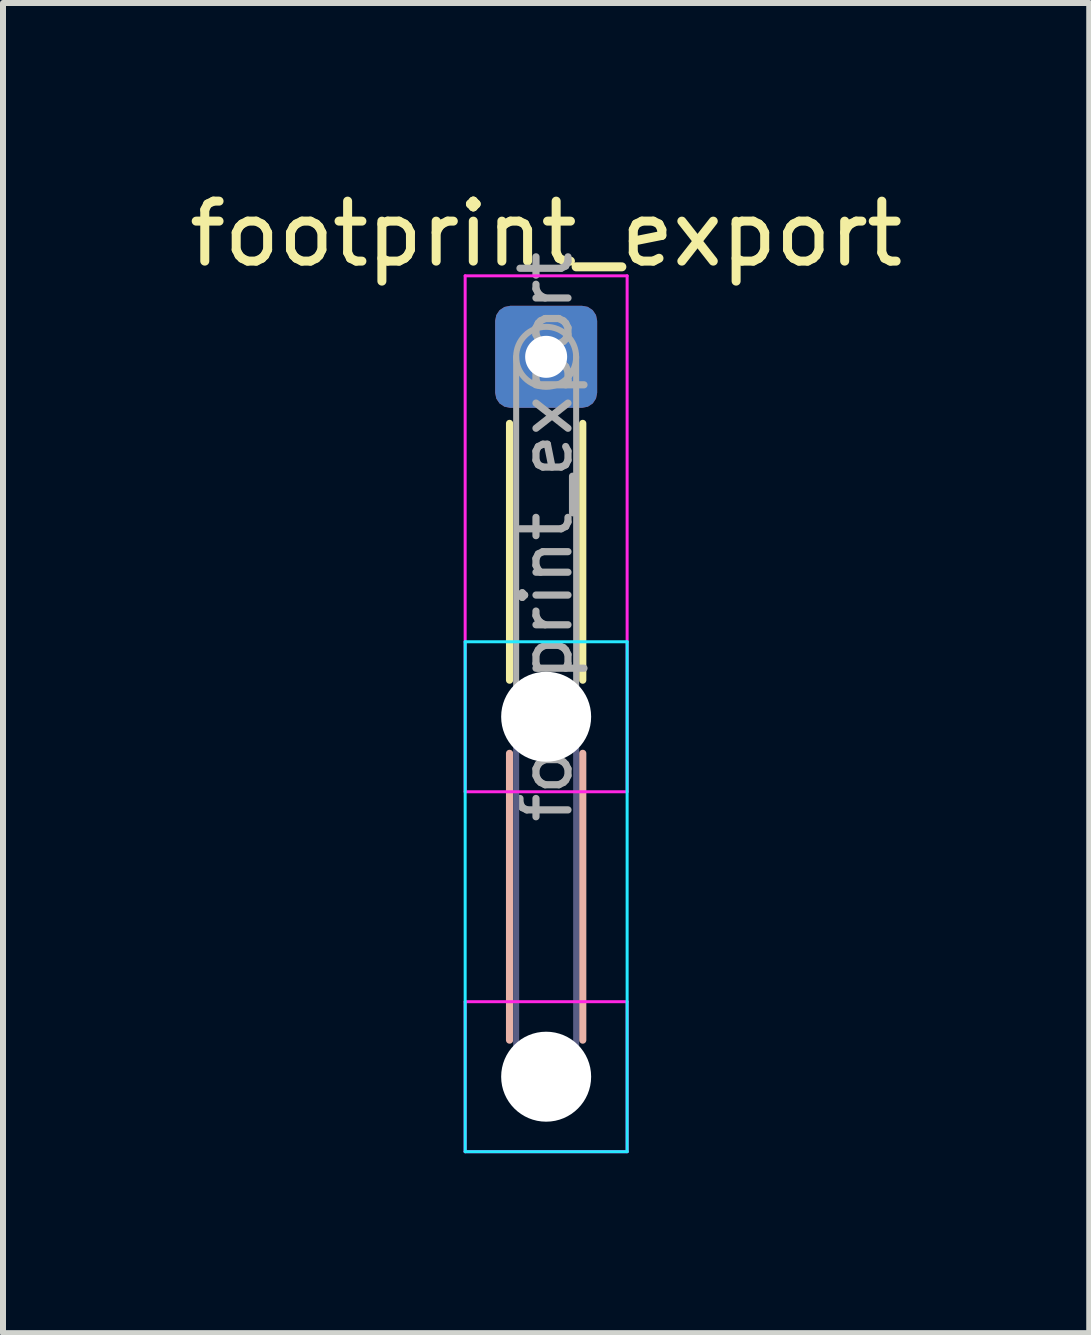
<source format=kicad_pcb>
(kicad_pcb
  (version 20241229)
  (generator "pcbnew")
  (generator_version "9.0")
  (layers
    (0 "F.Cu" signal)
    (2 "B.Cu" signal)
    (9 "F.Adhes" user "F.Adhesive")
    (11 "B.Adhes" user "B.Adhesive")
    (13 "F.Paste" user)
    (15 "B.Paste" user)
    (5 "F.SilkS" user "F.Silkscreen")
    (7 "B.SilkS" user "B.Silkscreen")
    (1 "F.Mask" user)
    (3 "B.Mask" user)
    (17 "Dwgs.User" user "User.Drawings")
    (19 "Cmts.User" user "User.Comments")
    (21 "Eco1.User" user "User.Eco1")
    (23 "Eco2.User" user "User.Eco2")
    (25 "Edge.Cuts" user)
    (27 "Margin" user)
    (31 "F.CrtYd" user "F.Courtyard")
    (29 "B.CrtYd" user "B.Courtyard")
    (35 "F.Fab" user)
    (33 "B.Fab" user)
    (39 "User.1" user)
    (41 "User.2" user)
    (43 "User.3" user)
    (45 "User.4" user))
  (footprint "footprint_export"
    (layer "F.Cu")
    (at 6.054 2.898)
    (property "Reference" "footprint_export" (at 0 -2.05 0) (layer "F.SilkS") (effects (font (size 1 1) (thickness 0.15))))
    (attr exclude_from_pos_files exclude_from_bom)
    (fp_line (start -0.61 1.11) (end -0.61 5.39) (stroke (width 0.12) (type solid)) (layer "F.SilkS"))
    (fp_line (start 0.61 1.11) (end 0.61 5.39) (stroke (width 0.12) (type solid)) (layer "F.SilkS"))
    (fp_line (start -0.61 6.61) (end -0.61 11.39) (stroke (width 0.12) (type solid)) (layer "B.SilkS"))
    (fp_line (start 0.61 6.61) (end 0.61 11.39) (stroke (width 0.12) (type solid)) (layer "B.SilkS"))
    (fp_line (start -1.35 4.75) (end -1.35 13.25) (stroke (width 0.05) (type solid)) (layer "B.CrtYd"))
    (fp_line (start -1.35 13.25) (end 1.35 13.25) (stroke (width 0.05) (type solid)) (layer "B.CrtYd"))
    (fp_line (start 1.35 4.75) (end -1.35 4.75) (stroke (width 0.05) (type solid)) (layer "B.CrtYd"))
    (fp_line (start 1.35 13.25) (end 1.35 4.75) (stroke (width 0.05) (type solid)) (layer "B.CrtYd"))
    (fp_line (start -1.35 -1.35) (end -1.35 7.25) (stroke (width 0.05) (type solid)) (layer "F.CrtYd"))
    (fp_line (start -1.35 7.25) (end 1.35 7.25) (stroke (width 0.05) (type solid)) (layer "F.CrtYd"))
    (fp_line (start -1.35 10.75) (end -1.35 13.25) (stroke (width 0.05) (type solid)) (layer "F.CrtYd"))
    (fp_line (start -1.35 13.25) (end 1.35 13.25) (stroke (width 0.05) (type solid)) (layer "F.CrtYd"))
    (fp_line (start 1.35 -1.35) (end -1.35 -1.35) (stroke (width 0.05) (type solid)) (layer "F.CrtYd"))
    (fp_line (start 1.35 7.25) (end 1.35 -1.35) (stroke (width 0.05) (type solid)) (layer "F.CrtYd"))
    (fp_line (start 1.35 10.75) (end -1.35 10.75) (stroke (width 0.05) (type solid)) (layer "F.CrtYd"))
    (fp_line (start 1.35 13.25) (end 1.35 10.75) (stroke (width 0.05) (type solid)) (layer "F.CrtYd"))
    (fp_line (start -0.5 6) (end -0.5 12) (stroke (width 0.1) (type solid)) (layer "B.Fab"))
    (fp_line (start 0.5 6) (end 0.5 12) (stroke (width 0.1) (type solid)) (layer "B.Fab"))
    (fp_circle (center 0 6) (end 0.5 6) (stroke (width 0.1) (type solid)) (fill no) (layer "B.Fab"))
    (fp_circle (center 0 12) (end 0.5 12) (stroke (width 0.1) (type solid)) (fill no) (layer "B.Fab"))
    (fp_line (start -0.5 0) (end -0.5 6) (stroke (width 0.1) (type solid)) (layer "F.Fab"))
    (fp_line (start 0.5 0) (end 0.5 6) (stroke (width 0.1) (type solid)) (layer "F.Fab"))
    (fp_circle (center 0 0) (end 0.5 0) (stroke (width 0.1) (type solid)) (fill no) (layer "F.Fab"))
    (fp_circle (center 0 6) (end 0.5 6) (stroke (width 0.1) (type solid)) (fill no) (layer "F.Fab"))
    (fp_circle (center 0 12) (end 0.5 12) (stroke (width 0.1) (type solid)) (fill no) (layer "F.Fab"))
    (fp_text user "${REFERENCE}" (at 0 3 90) (layer "F.Fab") (effects (font (size 0.8 0.8) (thickness 0.12))))
    (pad "" np_thru_hole circle (at 0 6) (size 1.5 1.5) (drill 1.5) (layers "*.Cu" "*.Mask"))
    (pad "" np_thru_hole circle (at 0 12) (size 1.5 1.5) (drill 1.5) (layers "*.Cu" "*.Mask"))
    (pad "1" thru_hole roundrect (at 0 0) (size 1.7 1.7) (drill 0.7) (layers "*.Cu" "*.Mask") (roundrect_rratio 0.147)))
  (gr_rect
    (start -3 -3)
    (end 15.107 19.173)
    (stroke (width 0.1) (type default))
    (fill no)
    (layer "Edge.Cuts")))
</source>
